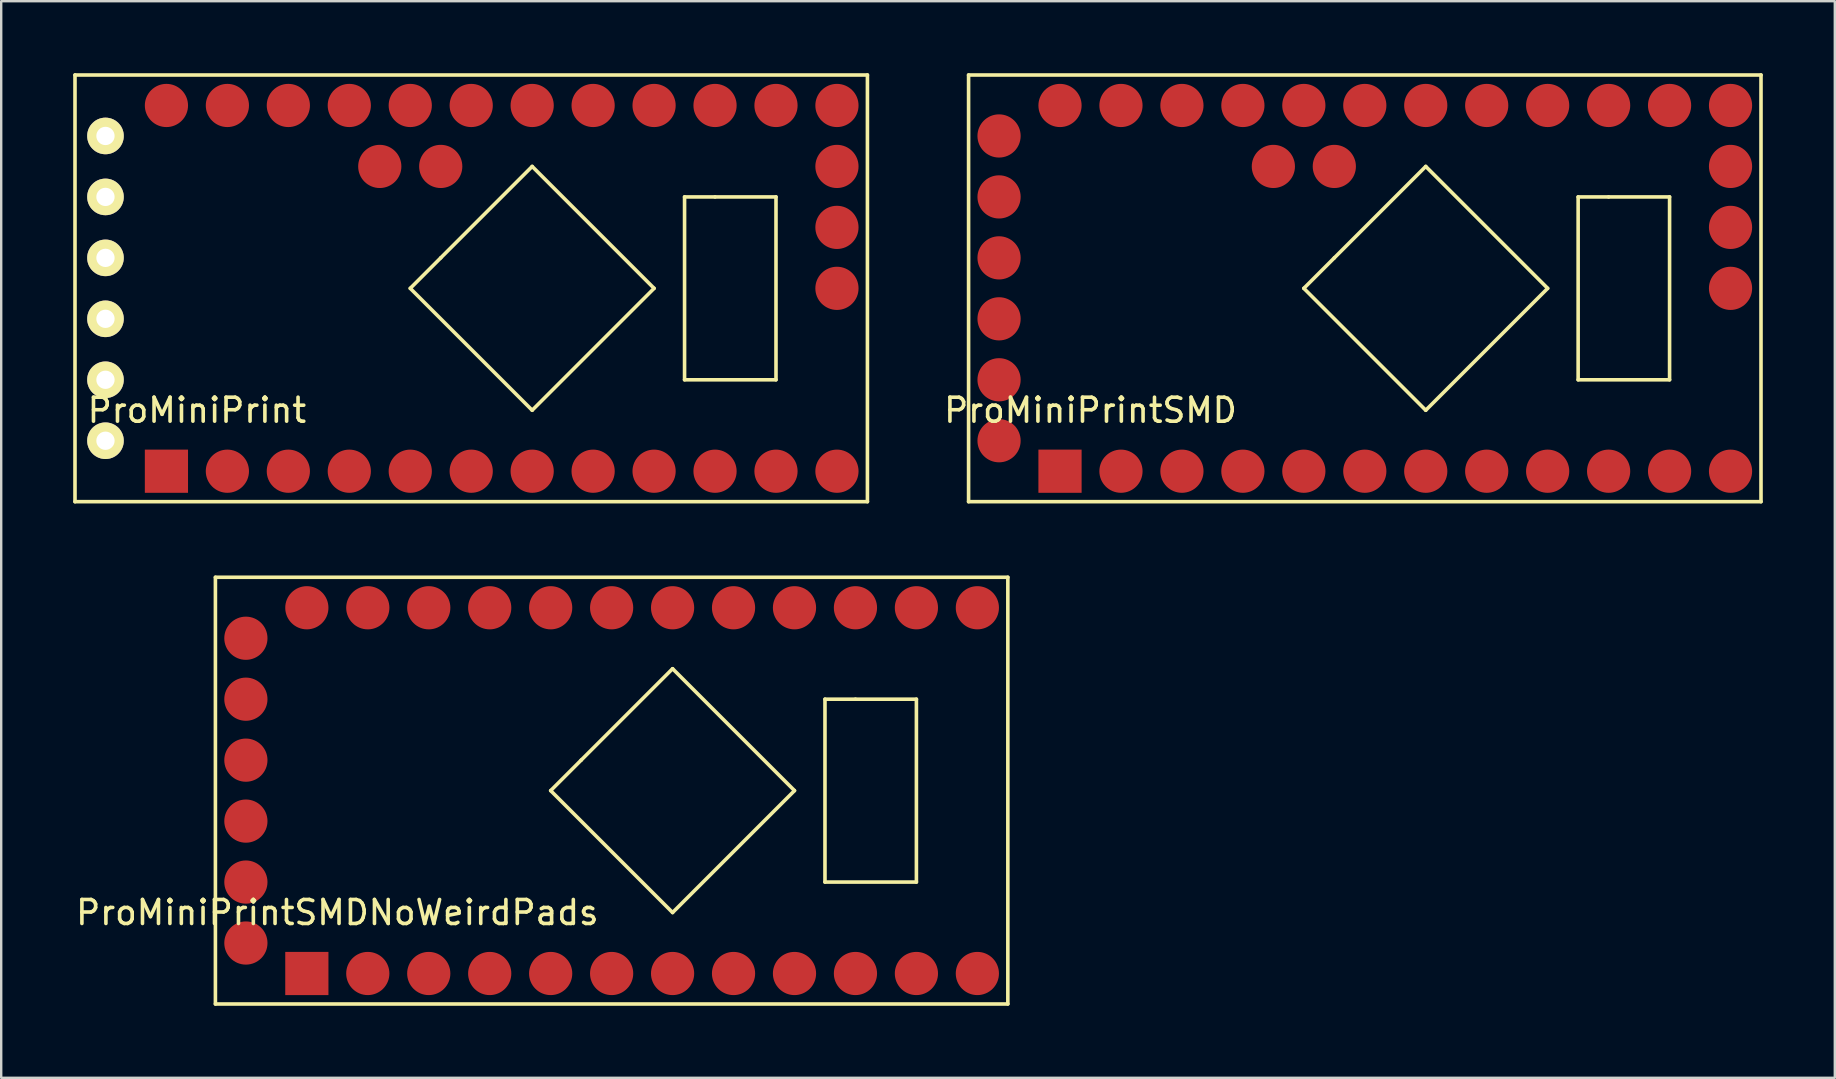
<source format=kicad_pcb>
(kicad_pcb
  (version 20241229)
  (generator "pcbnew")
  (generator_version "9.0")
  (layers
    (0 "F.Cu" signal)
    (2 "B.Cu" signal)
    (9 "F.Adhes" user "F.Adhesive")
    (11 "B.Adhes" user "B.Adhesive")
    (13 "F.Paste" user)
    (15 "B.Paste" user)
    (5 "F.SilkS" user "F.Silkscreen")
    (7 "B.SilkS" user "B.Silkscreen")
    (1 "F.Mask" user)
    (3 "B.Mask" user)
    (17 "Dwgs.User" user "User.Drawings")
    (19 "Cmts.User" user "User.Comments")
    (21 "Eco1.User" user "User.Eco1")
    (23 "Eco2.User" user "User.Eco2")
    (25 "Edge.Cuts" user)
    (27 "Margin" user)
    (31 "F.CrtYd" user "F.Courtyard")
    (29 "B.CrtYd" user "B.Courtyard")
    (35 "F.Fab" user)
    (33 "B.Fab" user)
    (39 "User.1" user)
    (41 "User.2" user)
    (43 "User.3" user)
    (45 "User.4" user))
  (footprint "ProMiniPrintSMDNoWeirdPads"
    (layer "F.Cu")
    (at 9.736 37.515)
    (property "Reference" "ProMiniPrintSMDNoWeirdPads" (at 1.27 -2.54 0) (layer "F.SilkS") (effects (font (size 1 1) (thickness 0.15))))
    (attr through_hole)
    (fp_line (start -3.81 -16.51) (end -3.81 1.27) (stroke (width 0.15) (type solid)) (layer "F.SilkS"))
    (fp_line (start -3.81 1.27) (end 29.21 1.27) (stroke (width 0.15) (type solid)) (layer "F.SilkS"))
    (fp_line (start 10.16 -7.62) (end 15.24 -2.54) (stroke (width 0.15) (type solid)) (layer "F.SilkS"))
    (fp_line (start 11.43 -8.89) (end 10.16 -7.62) (stroke (width 0.15) (type solid)) (layer "F.SilkS"))
    (fp_line (start 15.24 -12.7) (end 11.43 -8.89) (stroke (width 0.15) (type solid)) (layer "F.SilkS"))
    (fp_line (start 15.24 -2.54) (end 20.32 -7.62) (stroke (width 0.15) (type solid)) (layer "F.SilkS"))
    (fp_line (start 20.32 -7.62) (end 15.24 -12.7) (stroke (width 0.15) (type solid)) (layer "F.SilkS"))
    (fp_line (start 21.59 -11.43) (end 22.86 -11.43) (stroke (width 0.15) (type solid)) (layer "F.SilkS"))
    (fp_line (start 21.59 -3.81) (end 21.59 -11.43) (stroke (width 0.15) (type solid)) (layer "F.SilkS"))
    (fp_line (start 25.4 -11.43) (end 22.86 -11.43) (stroke (width 0.15) (type solid)) (layer "F.SilkS"))
    (fp_line (start 25.4 -3.81) (end 21.59 -3.81) (stroke (width 0.15) (type solid)) (layer "F.SilkS"))
    (fp_line (start 25.4 -3.81) (end 25.4 -11.43) (stroke (width 0.15) (type solid)) (layer "F.SilkS"))
    (fp_line (start 29.21 -16.51) (end -3.81 -16.51) (stroke (width 0.15) (type solid)) (layer "F.SilkS"))
    (fp_line (start 29.21 1.27) (end 29.21 -16.51) (stroke (width 0.15) (type solid)) (layer "F.SilkS"))
    (pad "1" smd rect (at 0 0) (size 1.8 1.8) (layers "F.Cu" "F.Mask" "F.Paste"))
    (pad "2" smd circle (at 2.54 0) (size 1.8 1.8) (layers "F.Cu" "F.Mask" "F.Paste"))
    (pad "3" smd circle (at 5.08 0) (size 1.8 1.8) (layers "F.Cu" "F.Mask" "F.Paste"))
    (pad "4" smd circle (at 7.62 0) (size 1.8 1.8) (layers "F.Cu" "F.Mask" "F.Paste"))
    (pad "5" smd circle (at 10.16 0) (size 1.8 1.8) (layers "F.Cu" "F.Mask" "F.Paste"))
    (pad "6" smd circle (at 12.7 0) (size 1.8 1.8) (layers "F.Cu" "F.Mask" "F.Paste"))
    (pad "7" smd circle (at 15.24 0) (size 1.8 1.8) (layers "F.Cu" "F.Mask" "F.Paste"))
    (pad "8" smd circle (at 17.78 0) (size 1.8 1.8) (layers "F.Cu" "F.Mask" "F.Paste"))
    (pad "9" smd circle (at 20.32 0) (size 1.8 1.8) (layers "F.Cu" "F.Mask" "F.Paste"))
    (pad "10" smd circle (at 22.86 0) (size 1.8 1.8) (layers "F.Cu" "F.Mask" "F.Paste"))
    (pad "11" smd circle (at 25.4 0) (size 1.8 1.8) (layers "F.Cu" "F.Mask" "F.Paste"))
    (pad "12" smd circle (at 27.94 0) (size 1.8 1.8) (layers "F.Cu" "F.Mask" "F.Paste"))
    (pad "16" smd circle (at 27.94 -15.24) (size 1.8 1.8) (layers "F.Cu" "F.Mask" "F.Paste"))
    (pad "17" smd circle (at 25.4 -15.24) (size 1.8 1.8) (layers "F.Cu" "F.Mask" "F.Paste"))
    (pad "18" smd circle (at 22.86 -15.24) (size 1.8 1.8) (layers "F.Cu" "F.Mask" "F.Paste"))
    (pad "19" smd circle (at 20.32 -15.24) (size 1.8 1.8) (layers "F.Cu" "F.Mask" "F.Paste"))
    (pad "20" smd circle (at 17.78 -15.24) (size 1.8 1.8) (layers "F.Cu" "F.Mask" "F.Paste"))
    (pad "21" smd circle (at 15.24 -15.24) (size 1.8 1.8) (layers "F.Cu" "F.Mask" "F.Paste"))
    (pad "22" smd circle (at 12.7 -15.24) (size 1.8 1.8) (layers "F.Cu" "F.Mask" "F.Paste"))
    (pad "23" smd circle (at 10.16 -15.24) (size 1.8 1.8) (layers "F.Cu" "F.Mask" "F.Paste"))
    (pad "24" smd circle (at 7.62 -15.24) (size 1.8 1.8) (layers "F.Cu" "F.Mask" "F.Paste"))
    (pad "25" smd circle (at 5.08 -15.24) (size 1.8 1.8) (layers "F.Cu" "F.Mask" "F.Paste"))
    (pad "26" smd circle (at 2.54 -15.24) (size 1.8 1.8) (layers "F.Cu" "F.Mask" "F.Paste"))
    (pad "27" smd circle (at 0 -15.24) (size 1.8 1.8) (layers "F.Cu" "F.Mask" "F.Paste"))
    (pad "28" smd circle (at -2.54 -13.97) (size 1.8 1.8) (layers "F.Cu" "F.Mask" "F.Paste"))
    (pad "29" smd circle (at -2.54 -11.43) (size 1.8 1.8) (layers "F.Cu" "F.Mask" "F.Paste"))
    (pad "30" smd circle (at -2.54 -8.89) (size 1.8 1.8) (layers "F.Cu" "F.Mask" "F.Paste"))
    (pad "31" smd circle (at -2.54 -6.35) (size 1.8 1.8) (layers "F.Cu" "F.Mask" "F.Paste"))
    (pad "32" smd circle (at -2.54 -3.81) (size 1.8 1.8) (layers "F.Cu" "F.Mask" "F.Paste"))
    (pad "33" smd circle (at -2.54 -1.27) (size 1.8 1.8) (layers "F.Cu" "F.Mask" "F.Paste")))
  (footprint "ProMiniPrintSMD"
    (layer "F.Cu")
    (at 41.12 16.585)
    (property "Reference" "ProMiniPrintSMD" (at 1.27 -2.54 0) (layer "F.SilkS") (effects (font (size 1 1) (thickness 0.15))))
    (attr through_hole)
    (fp_line (start -3.81 -16.51) (end -3.81 1.27) (stroke (width 0.15) (type solid)) (layer "F.SilkS"))
    (fp_line (start -3.81 1.27) (end 29.21 1.27) (stroke (width 0.15) (type solid)) (layer "F.SilkS"))
    (fp_line (start 10.16 -7.62) (end 15.24 -2.54) (stroke (width 0.15) (type solid)) (layer "F.SilkS"))
    (fp_line (start 11.43 -8.89) (end 10.16 -7.62) (stroke (width 0.15) (type solid)) (layer "F.SilkS"))
    (fp_line (start 15.24 -12.7) (end 11.43 -8.89) (stroke (width 0.15) (type solid)) (layer "F.SilkS"))
    (fp_line (start 15.24 -2.54) (end 20.32 -7.62) (stroke (width 0.15) (type solid)) (layer "F.SilkS"))
    (fp_line (start 20.32 -7.62) (end 15.24 -12.7) (stroke (width 0.15) (type solid)) (layer "F.SilkS"))
    (fp_line (start 21.59 -11.43) (end 22.86 -11.43) (stroke (width 0.15) (type solid)) (layer "F.SilkS"))
    (fp_line (start 21.59 -3.81) (end 21.59 -11.43) (stroke (width 0.15) (type solid)) (layer "F.SilkS"))
    (fp_line (start 25.4 -11.43) (end 22.86 -11.43) (stroke (width 0.15) (type solid)) (layer "F.SilkS"))
    (fp_line (start 25.4 -3.81) (end 21.59 -3.81) (stroke (width 0.15) (type solid)) (layer "F.SilkS"))
    (fp_line (start 25.4 -3.81) (end 25.4 -11.43) (stroke (width 0.15) (type solid)) (layer "F.SilkS"))
    (fp_line (start 29.21 -16.51) (end -3.81 -16.51) (stroke (width 0.15) (type solid)) (layer "F.SilkS"))
    (fp_line (start 29.21 1.27) (end 29.21 -16.51) (stroke (width 0.15) (type solid)) (layer "F.SilkS"))
    (pad "1" smd rect (at 0 0) (size 1.8 1.8) (layers "F.Cu" "F.Mask" "F.Paste"))
    (pad "2" smd circle (at 2.54 0) (size 1.8 1.8) (layers "F.Cu" "F.Mask" "F.Paste"))
    (pad "3" smd circle (at 5.08 0) (size 1.8 1.8) (layers "F.Cu" "F.Mask" "F.Paste"))
    (pad "4" smd circle (at 7.62 0) (size 1.8 1.8) (layers "F.Cu" "F.Mask" "F.Paste"))
    (pad "5" smd circle (at 10.16 0) (size 1.8 1.8) (layers "F.Cu" "F.Mask" "F.Paste"))
    (pad "6" smd circle (at 12.7 0) (size 1.8 1.8) (layers "F.Cu" "F.Mask" "F.Paste"))
    (pad "7" smd circle (at 15.24 0) (size 1.8 1.8) (layers "F.Cu" "F.Mask" "F.Paste"))
    (pad "8" smd circle (at 17.78 0) (size 1.8 1.8) (layers "F.Cu" "F.Mask" "F.Paste"))
    (pad "9" smd circle (at 20.32 0) (size 1.8 1.8) (layers "F.Cu" "F.Mask" "F.Paste"))
    (pad "10" smd circle (at 22.86 0) (size 1.8 1.8) (layers "F.Cu" "F.Mask" "F.Paste"))
    (pad "11" smd circle (at 25.4 0) (size 1.8 1.8) (layers "F.Cu" "F.Mask" "F.Paste"))
    (pad "12" smd circle (at 27.94 0) (size 1.8 1.8) (layers "F.Cu" "F.Mask" "F.Paste"))
    (pad "13" smd circle (at 27.94 -7.62) (size 1.8 1.8) (layers "F.Cu" "F.Mask" "F.Paste"))
    (pad "14" smd circle (at 27.94 -10.16) (size 1.8 1.8) (layers "F.Cu" "F.Mask" "F.Paste"))
    (pad "15" smd circle (at 27.94 -12.7) (size 1.8 1.8) (layers "F.Cu" "F.Mask" "F.Paste"))
    (pad "16" smd circle (at 27.94 -15.24) (size 1.8 1.8) (layers "F.Cu" "F.Mask" "F.Paste"))
    (pad "17" smd circle (at 25.4 -15.24) (size 1.8 1.8) (layers "F.Cu" "F.Mask" "F.Paste"))
    (pad "18" smd circle (at 22.86 -15.24) (size 1.8 1.8) (layers "F.Cu" "F.Mask" "F.Paste"))
    (pad "19" smd circle (at 20.32 -15.24) (size 1.8 1.8) (layers "F.Cu" "F.Mask" "F.Paste"))
    (pad "20" smd circle (at 17.78 -15.24) (size 1.8 1.8) (layers "F.Cu" "F.Mask" "F.Paste"))
    (pad "21" smd circle (at 15.24 -15.24) (size 1.8 1.8) (layers "F.Cu" "F.Mask" "F.Paste"))
    (pad "22" smd circle (at 12.7 -15.24) (size 1.8 1.8) (layers "F.Cu" "F.Mask" "F.Paste"))
    (pad "23" smd circle (at 10.16 -15.24) (size 1.8 1.8) (layers "F.Cu" "F.Mask" "F.Paste"))
    (pad "24" smd circle (at 7.62 -15.24) (size 1.8 1.8) (layers "F.Cu" "F.Mask" "F.Paste"))
    (pad "25" smd circle (at 5.08 -15.24) (size 1.8 1.8) (layers "F.Cu" "F.Mask" "F.Paste"))
    (pad "26" smd circle (at 2.54 -15.24) (size 1.8 1.8) (layers "F.Cu" "F.Mask" "F.Paste"))
    (pad "27" smd circle (at 0 -15.24) (size 1.8 1.8) (layers "F.Cu" "F.Mask" "F.Paste"))
    (pad "28" smd circle (at -2.54 -13.97) (size 1.8 1.8) (layers "F.Cu" "F.Mask" "F.Paste"))
    (pad "29" smd circle (at -2.54 -11.43) (size 1.8 1.8) (layers "F.Cu" "F.Mask" "F.Paste"))
    (pad "30" smd circle (at -2.54 -8.89) (size 1.8 1.8) (layers "F.Cu" "F.Mask" "F.Paste"))
    (pad "31" smd circle (at -2.54 -6.35) (size 1.8 1.8) (layers "F.Cu" "F.Mask" "F.Paste"))
    (pad "32" smd circle (at -2.54 -3.81) (size 1.8 1.8) (layers "F.Cu" "F.Mask" "F.Paste"))
    (pad "33" smd circle (at -2.54 -1.27) (size 1.8 1.8) (layers "F.Cu" "F.Mask" "F.Paste"))
    (pad "34" smd circle (at 8.89 -12.7) (size 1.8 1.8) (layers "F.Cu" "F.Mask" "F.Paste"))
    (pad "35" smd circle (at 11.43 -12.7) (size 1.8 1.8) (layers "F.Cu" "F.Mask" "F.Paste")))
  (footprint "ProMiniPrint"
    (layer "F.Cu")
    (at 3.885 16.585)
    (property "Reference" "ProMiniPrint" (at 1.27 -2.54 0) (layer "F.SilkS") (effects (font (size 1 1) (thickness 0.15))))
    (attr through_hole)
    (fp_line (start -3.81 -16.51) (end -3.81 1.27) (stroke (width 0.15) (type solid)) (layer "F.SilkS"))
    (fp_line (start -3.81 1.27) (end 29.21 1.27) (stroke (width 0.15) (type solid)) (layer "F.SilkS"))
    (fp_line (start 10.16 -7.62) (end 15.24 -2.54) (stroke (width 0.15) (type solid)) (layer "F.SilkS"))
    (fp_line (start 11.43 -8.89) (end 10.16 -7.62) (stroke (width 0.15) (type solid)) (layer "F.SilkS"))
    (fp_line (start 15.24 -12.7) (end 11.43 -8.89) (stroke (width 0.15) (type solid)) (layer "F.SilkS"))
    (fp_line (start 15.24 -2.54) (end 20.32 -7.62) (stroke (width 0.15) (type solid)) (layer "F.SilkS"))
    (fp_line (start 20.32 -7.62) (end 15.24 -12.7) (stroke (width 0.15) (type solid)) (layer "F.SilkS"))
    (fp_line (start 21.59 -11.43) (end 22.86 -11.43) (stroke (width 0.15) (type solid)) (layer "F.SilkS"))
    (fp_line (start 21.59 -3.81) (end 21.59 -11.43) (stroke (width 0.15) (type solid)) (layer "F.SilkS"))
    (fp_line (start 25.4 -11.43) (end 22.86 -11.43) (stroke (width 0.15) (type solid)) (layer "F.SilkS"))
    (fp_line (start 25.4 -3.81) (end 21.59 -3.81) (stroke (width 0.15) (type solid)) (layer "F.SilkS"))
    (fp_line (start 25.4 -3.81) (end 25.4 -11.43) (stroke (width 0.15) (type solid)) (layer "F.SilkS"))
    (fp_line (start 29.21 -16.51) (end -3.81 -16.51) (stroke (width 0.15) (type solid)) (layer "F.SilkS"))
    (fp_line (start 29.21 1.27) (end 29.21 -16.51) (stroke (width 0.15) (type solid)) (layer "F.SilkS"))
    (pad "1" smd rect (at 0 0) (size 1.8 1.8) (layers "F.Cu" "F.Mask" "F.Paste"))
    (pad "2" smd circle (at 2.54 0) (size 1.8 1.8) (layers "F.Cu" "F.Mask" "F.Paste"))
    (pad "3" smd circle (at 5.08 0) (size 1.8 1.8) (layers "F.Cu" "F.Mask" "F.Paste"))
    (pad "4" smd circle (at 7.62 0) (size 1.8 1.8) (layers "F.Cu" "F.Mask" "F.Paste"))
    (pad "5" smd circle (at 10.16 0) (size 1.8 1.8) (layers "F.Cu" "F.Mask" "F.Paste"))
    (pad "6" smd circle (at 12.7 0) (size 1.8 1.8) (layers "F.Cu" "F.Mask" "F.Paste"))
    (pad "7" smd circle (at 15.24 0) (size 1.8 1.8) (layers "F.Cu" "F.Mask" "F.Paste"))
    (pad "8" smd circle (at 17.78 0) (size 1.8 1.8) (layers "F.Cu" "F.Mask" "F.Paste"))
    (pad "9" smd circle (at 20.32 0) (size 1.8 1.8) (layers "F.Cu" "F.Mask" "F.Paste"))
    (pad "10" smd circle (at 22.86 0) (size 1.8 1.8) (layers "F.Cu" "F.Mask" "F.Paste"))
    (pad "11" smd circle (at 25.4 0) (size 1.8 1.8) (layers "F.Cu" "F.Mask" "F.Paste"))
    (pad "12" smd circle (at 27.94 0) (size 1.8 1.8) (layers "F.Cu" "F.Mask" "F.Paste"))
    (pad "13" smd circle (at 27.94 -7.62) (size 1.8 1.8) (layers "F.Cu" "F.Mask" "F.Paste"))
    (pad "14" smd circle (at 27.94 -10.16) (size 1.8 1.8) (layers "F.Cu" "F.Mask" "F.Paste"))
    (pad "15" smd circle (at 27.94 -12.7) (size 1.8 1.8) (layers "F.Cu" "F.Mask" "F.Paste"))
    (pad "16" smd circle (at 27.94 -15.24) (size 1.8 1.8) (layers "F.Cu" "F.Mask" "F.Paste"))
    (pad "17" smd circle (at 25.4 -15.24) (size 1.8 1.8) (layers "F.Cu" "F.Mask" "F.Paste"))
    (pad "18" smd circle (at 22.86 -15.24) (size 1.8 1.8) (layers "F.Cu" "F.Mask" "F.Paste"))
    (pad "19" smd circle (at 20.32 -15.24) (size 1.8 1.8) (layers "F.Cu" "F.Mask" "F.Paste"))
    (pad "20" smd circle (at 17.78 -15.24) (size 1.8 1.8) (layers "F.Cu" "F.Mask" "F.Paste"))
    (pad "21" smd circle (at 15.24 -15.24) (size 1.8 1.8) (layers "F.Cu" "F.Mask" "F.Paste"))
    (pad "22" smd circle (at 12.7 -15.24) (size 1.8 1.8) (layers "F.Cu" "F.Mask" "F.Paste"))
    (pad "23" smd circle (at 10.16 -15.24) (size 1.8 1.8) (layers "F.Cu" "F.Mask" "F.Paste"))
    (pad "24" smd circle (at 7.62 -15.24) (size 1.8 1.8) (layers "F.Cu" "F.Mask" "F.Paste"))
    (pad "25" smd circle (at 5.08 -15.24) (size 1.8 1.8) (layers "F.Cu" "F.Mask" "F.Paste"))
    (pad "26" smd circle (at 2.54 -15.24) (size 1.8 1.8) (layers "F.Cu" "F.Mask" "F.Paste"))
    (pad "27" smd circle (at 0 -15.24) (size 1.8 1.8) (layers "F.Cu" "F.Mask" "F.Paste"))
    (pad "28" thru_hole circle (at -2.54 -13.97) (size 1.524 1.524) (drill 0.762) (layers "*.Cu" "*.Mask" "F.SilkS"))
    (pad "29" thru_hole circle (at -2.54 -11.43) (size 1.524 1.524) (drill 0.762) (layers "*.Cu" "*.Mask" "F.SilkS"))
    (pad "30" thru_hole circle (at -2.54 -8.89) (size 1.524 1.524) (drill 0.762) (layers "*.Cu" "*.Mask" "F.SilkS"))
    (pad "31" thru_hole circle (at -2.54 -6.35) (size 1.524 1.524) (drill 0.762) (layers "*.Cu" "*.Mask" "F.SilkS"))
    (pad "32" thru_hole circle (at -2.54 -3.81) (size 1.524 1.524) (drill 0.762) (layers "*.Cu" "*.Mask" "F.SilkS"))
    (pad "33" thru_hole circle (at -2.54 -1.27) (size 1.524 1.524) (drill 0.762) (layers "*.Cu" "*.Mask" "F.SilkS"))
    (pad "34" smd circle (at 8.89 -12.7) (size 1.8 1.8) (layers "F.Cu" "F.Mask" "F.Paste"))
    (pad "35" smd circle (at 11.43 -12.7) (size 1.8 1.8) (layers "F.Cu" "F.Mask" "F.Paste")))
  (gr_rect
    (start -3 -3)
    (end 73.405 41.86)
    (stroke (width 0.1) (type default))
    (fill no)
    (layer "Edge.Cuts")))
</source>
